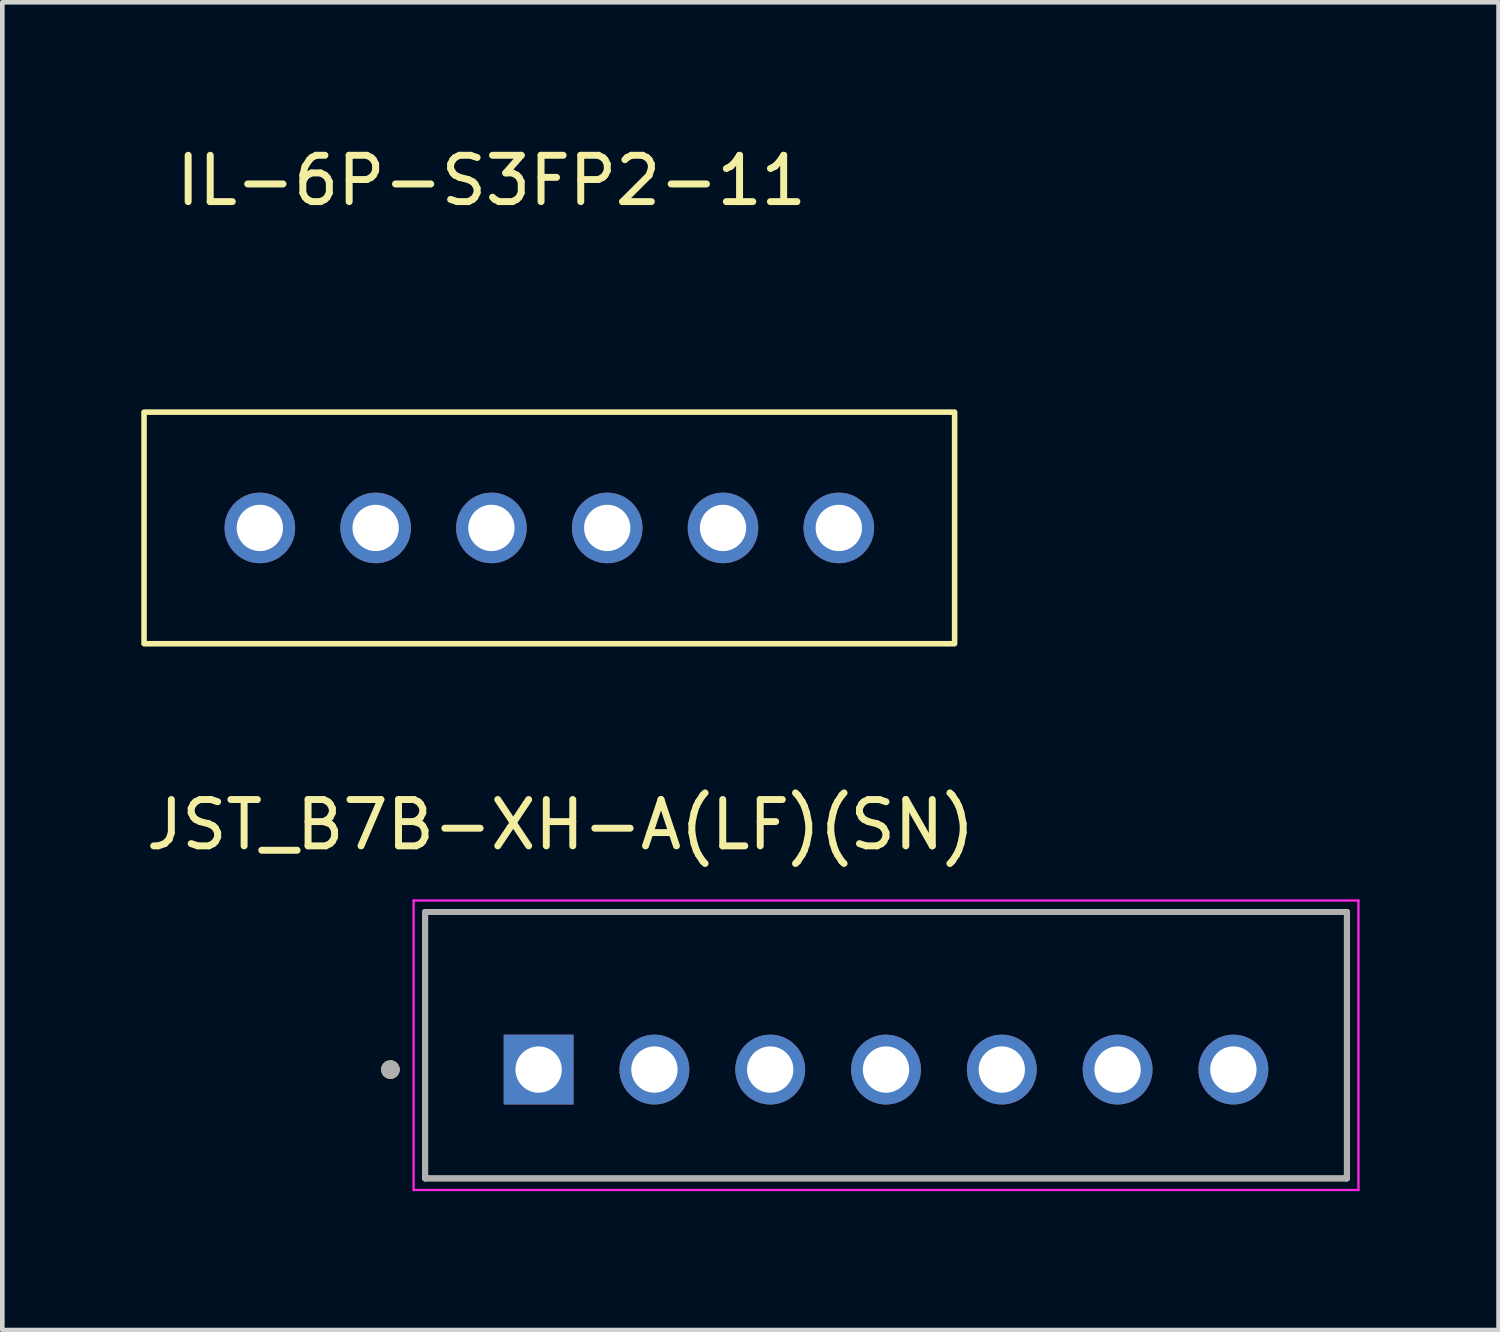
<source format=kicad_pcb>
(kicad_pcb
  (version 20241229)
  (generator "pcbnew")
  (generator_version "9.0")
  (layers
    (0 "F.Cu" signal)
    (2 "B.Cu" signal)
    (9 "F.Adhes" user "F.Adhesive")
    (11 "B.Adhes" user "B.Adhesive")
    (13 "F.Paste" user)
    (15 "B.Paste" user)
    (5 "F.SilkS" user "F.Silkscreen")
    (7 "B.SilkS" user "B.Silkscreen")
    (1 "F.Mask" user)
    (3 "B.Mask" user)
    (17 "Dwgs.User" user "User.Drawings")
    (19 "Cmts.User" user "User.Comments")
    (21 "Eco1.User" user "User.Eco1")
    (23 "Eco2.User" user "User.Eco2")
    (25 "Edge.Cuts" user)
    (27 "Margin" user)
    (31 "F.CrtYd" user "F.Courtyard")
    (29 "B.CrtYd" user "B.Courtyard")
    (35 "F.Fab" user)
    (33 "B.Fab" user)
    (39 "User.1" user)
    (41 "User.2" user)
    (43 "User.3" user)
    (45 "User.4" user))
  (footprint "JST_B7B-XH-A(LF)(SN)"
    (layer "F.Cu")
    (at 16.079 19.517)
    (property "Reference" "JST_B7B-XH-A(LF)(SN)" (at -7.025 -4.76 0) (layer "F.SilkS") (effects (font (size 1 1) (thickness 0.15))))
    (attr through_hole)
    (fp_line (start -9.95 -2.875) (end 9.95 -2.875) (stroke (width 0.127) (type solid)) (layer "F.SilkS"))
    (fp_line (start -9.95 2.875) (end -9.95 -2.875) (stroke (width 0.127) (type solid)) (layer "F.SilkS"))
    (fp_line (start 9.95 -2.875) (end 9.95 2.875) (stroke (width 0.127) (type solid)) (layer "F.SilkS"))
    (fp_line (start 9.95 2.875) (end -9.95 2.875) (stroke (width 0.127) (type solid)) (layer "F.SilkS"))
    (fp_circle (center -10.7 0.525) (end -10.6 0.525) (stroke (width 0.2) (type solid)) (fill no) (layer "F.SilkS"))
    (fp_line (start -10.2 -3.125) (end -10.2 3.125) (stroke (width 0.05) (type solid)) (layer "F.CrtYd"))
    (fp_line (start -10.2 3.125) (end 10.2 3.125) (stroke (width 0.05) (type solid)) (layer "F.CrtYd"))
    (fp_line (start 10.2 -3.125) (end -10.2 -3.125) (stroke (width 0.05) (type solid)) (layer "F.CrtYd"))
    (fp_line (start 10.2 3.125) (end 10.2 -3.125) (stroke (width 0.05) (type solid)) (layer "F.CrtYd"))
    (fp_line (start -9.95 -2.875) (end 9.95 -2.875) (stroke (width 0.127) (type solid)) (layer "F.Fab"))
    (fp_line (start -9.95 2.875) (end -9.95 -2.875) (stroke (width 0.127) (type solid)) (layer "F.Fab"))
    (fp_line (start 9.95 -2.875) (end 9.95 2.875) (stroke (width 0.127) (type solid)) (layer "F.Fab"))
    (fp_line (start 9.95 2.875) (end -9.95 2.875) (stroke (width 0.127) (type solid)) (layer "F.Fab"))
    (fp_circle (center -10.7 0.525) (end -10.6 0.525) (stroke (width 0.2) (type solid)) (fill no) (layer "F.Fab"))
    (pad "1" thru_hole rect (at -7.5 0.525) (size 1.508 1.508) (drill 1) (layers "*.Cu" "*.Mask"))
    (pad "2" thru_hole circle (at -5 0.525) (size 1.508 1.508) (drill 1) (layers "*.Cu" "*.Mask"))
    (pad "3" thru_hole circle (at -2.5 0.525) (size 1.508 1.508) (drill 1) (layers "*.Cu" "*.Mask"))
    (pad "4" thru_hole circle (at 0 0.525) (size 1.508 1.508) (drill 1) (layers "*.Cu" "*.Mask"))
    (pad "5" thru_hole circle (at 2.5 0.525) (size 1.508 1.508) (drill 1) (layers "*.Cu" "*.Mask"))
    (pad "6" thru_hole circle (at 5 0.525) (size 1.508 1.508) (drill 1) (layers "*.Cu" "*.Mask"))
    (pad "7" thru_hole circle (at 7.5 0.525) (size 1.508 1.508) (drill 1) (layers "*.Cu" "*.Mask")))
  (footprint "IL-6P-S3FP2-11"
    (layer "F.Cu")
    (at 2.56 8.348)
    (property "Reference" "IL-6P-S3FP2-11" (at 5 -7.5 0) (unlocked yes) (layer "F.SilkS") (effects (font (size 1 1) (thickness 0.15))))
    (attr through_hole)
    (fp_rect (start 15 2.5) (end -2.5 -2.5) (stroke (width 0.12) (type solid)) (fill no) (layer "F.SilkS"))
    (pad "1" thru_hole circle (at 0 0) (size 1.524 1.524) (drill 1) (layers "*.Cu" "*.Mask"))
    (pad "2" thru_hole circle (at 2.5 0) (size 1.524 1.524) (drill 1) (layers "*.Cu" "*.Mask"))
    (pad "3" thru_hole circle (at 5 0) (size 1.524 1.524) (drill 1) (layers "*.Cu" "*.Mask"))
    (pad "4" thru_hole circle (at 7.5 0) (size 1.524 1.524) (drill 1) (layers "*.Cu" "*.Mask"))
    (pad "5" thru_hole circle (at 10 0) (size 1.524 1.524) (drill 1) (layers "*.Cu" "*.Mask"))
    (pad "6" thru_hole circle (at 12.5 0) (size 1.524 1.524) (drill 1) (layers "*.Cu" "*.Mask")))
  (gr_rect
    (start -3 -3)
    (end 29.304 25.666)
    (stroke (width 0.1) (type default))
    (fill no)
    (layer "Edge.Cuts")))
</source>
